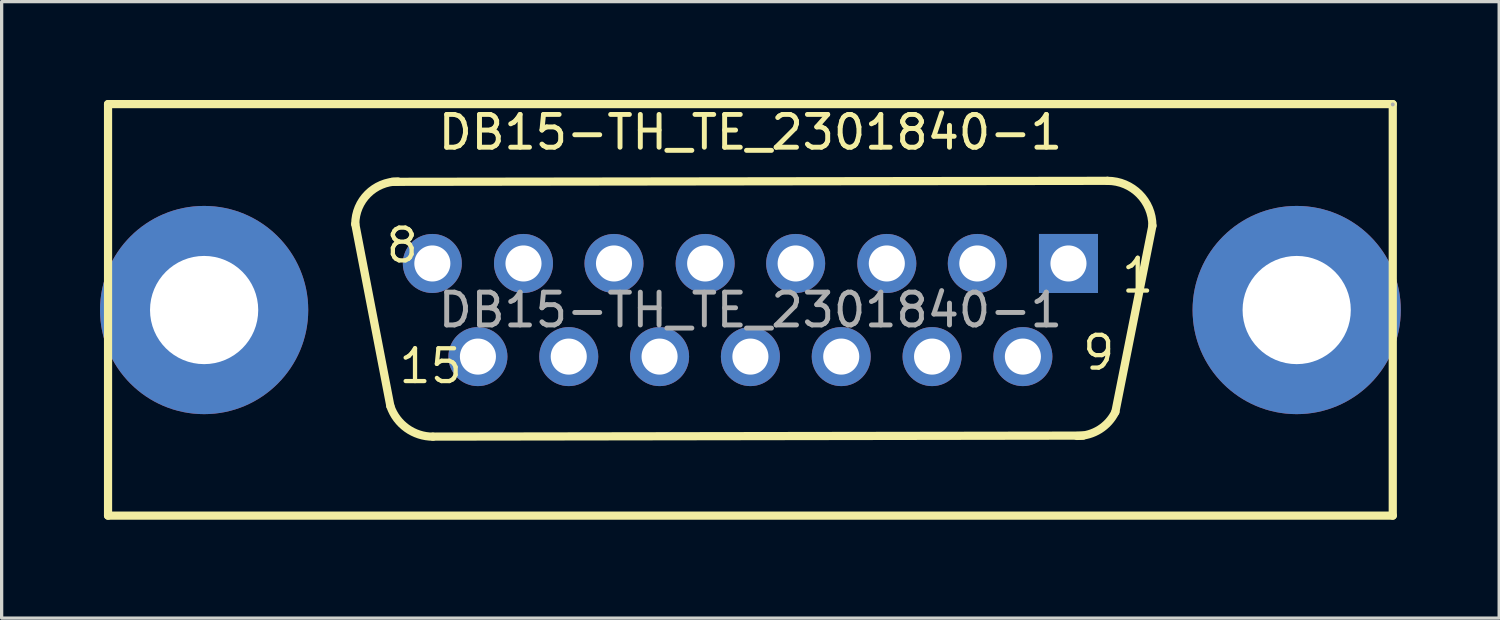
<source format=kicad_pcb>
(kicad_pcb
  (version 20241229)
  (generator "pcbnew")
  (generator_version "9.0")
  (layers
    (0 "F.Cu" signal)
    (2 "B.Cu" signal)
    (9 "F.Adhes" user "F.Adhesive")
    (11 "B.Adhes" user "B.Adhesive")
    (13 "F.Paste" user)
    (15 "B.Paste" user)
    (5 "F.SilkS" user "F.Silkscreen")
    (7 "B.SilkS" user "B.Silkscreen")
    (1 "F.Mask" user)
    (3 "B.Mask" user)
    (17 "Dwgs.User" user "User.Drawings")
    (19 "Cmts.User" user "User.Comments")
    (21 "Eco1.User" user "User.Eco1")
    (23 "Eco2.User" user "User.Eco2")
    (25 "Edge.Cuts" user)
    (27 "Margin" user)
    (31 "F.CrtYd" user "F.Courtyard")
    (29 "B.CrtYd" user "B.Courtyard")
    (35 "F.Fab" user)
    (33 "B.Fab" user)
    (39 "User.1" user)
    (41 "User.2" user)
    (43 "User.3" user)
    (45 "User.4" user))
  (footprint "DB15-TH_TE_2301840-1"
    (layer "F.Cu")
    (at 19.835 6.405)
    (property "Reference" "DB15-TH_TE_2301840-1" (at 0 -5.42 0) (layer "F.SilkS") (effects (font (size 1 1) (thickness 0.15))))
    (attr through_hole)
    (fp_line (start -19.59 -6.28) (end -19.59 6.27) (stroke (width 0.25) (type solid)) (layer "F.SilkS"))
    (fp_line (start -19.59 -6.28) (end 19.59 -6.28) (stroke (width 0.25) (type solid)) (layer "F.SilkS"))
    (fp_line (start -19.59 6.27) (end 19.59 6.27) (stroke (width 0.25) (type solid)) (layer "F.SilkS"))
    (fp_line (start -12.05 -2.62) (end -10.98 2.93) (stroke (width 0.25) (type solid)) (layer "F.SilkS"))
    (fp_line (start -10.93 -3.91) (end 10.89 -3.94) (stroke (width 0.25) (type solid)) (layer "F.SilkS"))
    (fp_line (start -9.68 3.86) (end 10.15 3.83) (stroke (width 0.25) (type solid)) (layer "F.SilkS"))
    (fp_line (start 12.26 -2.57) (end 11.13 3.11) (stroke (width 0.25) (type solid)) (layer "F.SilkS"))
    (fp_line (start 19.59 -6.28) (end 19.59 6.27) (stroke (width 0.25) (type solid)) (layer "F.SilkS"))
    (fp_arc (start -12.05 -2.62) (mid -11.669239 -3.539239) (end -10.75 -3.92) (stroke (width 0.25) (type solid)) (layer "F.SilkS"))
    (fp_arc (start -9.678348 3.862442) (mid -10.479243 3.605711) (end -10.98 2.93) (stroke (width 0.25) (type solid)) (layer "F.SilkS"))
    (fp_arc (start 10.89 -3.94) (mid 11.858736 -3.538736) (end 12.26 -2.57) (stroke (width 0.25) (type solid)) (layer "F.SilkS"))
    (fp_arc (start 11.129128 3.108455) (mid 10.649569 3.642042) (end 9.96 3.84) (stroke (width 0.25) (type solid)) (layer "F.SilkS"))
    (fp_circle (center -16.66 0) (end -15.91 0) (stroke (width 1.5) (type solid)) (fill no) (layer "F.Fab"))
    (fp_circle (center -9.7 -1.42) (end -9.55 -1.42) (stroke (width 0.3) (type solid)) (fill no) (layer "F.Fab"))
    (fp_circle (center -8.31 1.42) (end -8.16 1.42) (stroke (width 0.3) (type solid)) (fill no) (layer "F.Fab"))
    (fp_circle (center -6.92 -1.42) (end -6.77 -1.42) (stroke (width 0.3) (type solid)) (fill no) (layer "F.Fab"))
    (fp_circle (center -5.54 1.42) (end -5.39 1.42) (stroke (width 0.3) (type solid)) (fill no) (layer "F.Fab"))
    (fp_circle (center -4.16 -1.42) (end -4.01 -1.42) (stroke (width 0.3) (type solid)) (fill no) (layer "F.Fab"))
    (fp_circle (center -2.77 1.42) (end -2.62 1.42) (stroke (width 0.3) (type solid)) (fill no) (layer "F.Fab"))
    (fp_circle (center -1.38 -1.42) (end -1.23 -1.42) (stroke (width 0.3) (type solid)) (fill no) (layer "F.Fab"))
    (fp_circle (center 0 1.42) (end 0.15 1.42) (stroke (width 0.3) (type solid)) (fill no) (layer "F.Fab"))
    (fp_circle (center 1.38 -1.42) (end 1.53 -1.42) (stroke (width 0.3) (type solid)) (fill no) (layer "F.Fab"))
    (fp_circle (center 2.77 1.42) (end 2.92 1.42) (stroke (width 0.3) (type solid)) (fill no) (layer "F.Fab"))
    (fp_circle (center 4.16 -1.42) (end 4.31 -1.42) (stroke (width 0.3) (type solid)) (fill no) (layer "F.Fab"))
    (fp_circle (center 5.54 1.42) (end 5.69 1.42) (stroke (width 0.3) (type solid)) (fill no) (layer "F.Fab"))
    (fp_circle (center 6.92 -1.42) (end 7.07 -1.42) (stroke (width 0.3) (type solid)) (fill no) (layer "F.Fab"))
    (fp_circle (center 8.31 1.42) (end 8.46 1.42) (stroke (width 0.3) (type solid)) (fill no) (layer "F.Fab"))
    (fp_circle (center 9.7 -1.42) (end 9.85 -1.42) (stroke (width 0.3) (type solid)) (fill no) (layer "F.Fab"))
    (fp_circle (center 16.66 0) (end 17.41 0) (stroke (width 1.5) (type solid)) (fill no) (layer "F.Fab"))
    (fp_circle (center 19.59 -6.27) (end 19.62 -6.27) (stroke (width 0.06) (type solid)) (fill no) (layer "F.Fab"))
    (fp_text user "15" (at -10.79 1.71 0) (layer "F.SilkS") (effects (font (size 1 1) (thickness 0.13)) (justify left)))
    (fp_text user "1" (at 11.25 -1.05 0) (layer "F.SilkS") (effects (font (size 1 1) (thickness 0.13)) (justify left)))
    (fp_text user "8" (at -11.18 -1.97 0) (layer "F.SilkS") (effects (font (size 1 1) (thickness 0.13)) (justify left)))
    (fp_text user "9" (at 10.06 1.3 0) (layer "F.SilkS") (effects (font (size 1 1) (thickness 0.13)) (justify left)))
    (fp_text user "${REFERENCE}" (at 0 0 0) (layer "F.Fab") (effects (font (size 1 1) (thickness 0.15))))
    (pad "0" thru_hole circle (at -16.66 0) (size 6.35 6.35) (drill 3.3) (layers "*.Cu" "*.Mask"))
    (pad "0" thru_hole circle (at 16.66 0) (size 6.35 6.35) (drill 3.3) (layers "*.Cu" "*.Mask"))
    (pad "1" thru_hole rect (at 9.7 -1.42) (size 1.8 1.8) (drill 1.1) (layers "*.Cu" "*.Mask"))
    (pad "2" thru_hole circle (at 6.92 -1.42) (size 1.8 1.8) (drill 1.1) (layers "*.Cu" "*.Mask"))
    (pad "3" thru_hole circle (at 4.16 -1.42) (size 1.8 1.8) (drill 1.1) (layers "*.Cu" "*.Mask"))
    (pad "4" thru_hole circle (at 1.38 -1.42) (size 1.8 1.8) (drill 1.1) (layers "*.Cu" "*.Mask"))
    (pad "5" thru_hole circle (at -1.38 -1.42) (size 1.8 1.8) (drill 1.1) (layers "*.Cu" "*.Mask"))
    (pad "6" thru_hole circle (at -4.16 -1.42) (size 1.8 1.8) (drill 1.1) (layers "*.Cu" "*.Mask"))
    (pad "7" thru_hole circle (at -6.92 -1.42) (size 1.8 1.8) (drill 1.1) (layers "*.Cu" "*.Mask"))
    (pad "8" thru_hole circle (at -9.7 -1.42) (size 1.8 1.8) (drill 1.1) (layers "*.Cu" "*.Mask"))
    (pad "9" thru_hole circle (at 8.31 1.42) (size 1.8 1.8) (drill 1.1) (layers "*.Cu" "*.Mask"))
    (pad "10" thru_hole circle (at 5.54 1.42) (size 1.8 1.8) (drill 1.1) (layers "*.Cu" "*.Mask"))
    (pad "11" thru_hole circle (at 2.77 1.42) (size 1.8 1.8) (drill 1.1) (layers "*.Cu" "*.Mask"))
    (pad "12" thru_hole circle (at 0 1.42) (size 1.8 1.8) (drill 1.1) (layers "*.Cu" "*.Mask"))
    (pad "13" thru_hole circle (at -2.77 1.42) (size 1.8 1.8) (drill 1.1) (layers "*.Cu" "*.Mask"))
    (pad "14" thru_hole circle (at -5.54 1.42) (size 1.8 1.8) (drill 1.1) (layers "*.Cu" "*.Mask"))
    (pad "15" thru_hole circle (at -8.31 1.42) (size 1.8 1.8) (drill 1.1) (layers "*.Cu" "*.Mask")))
  (gr_rect
    (start -3 -3)
    (end 42.67 15.8)
    (stroke (width 0.1) (type default))
    (fill no)
    (layer "Edge.Cuts")))
</source>
